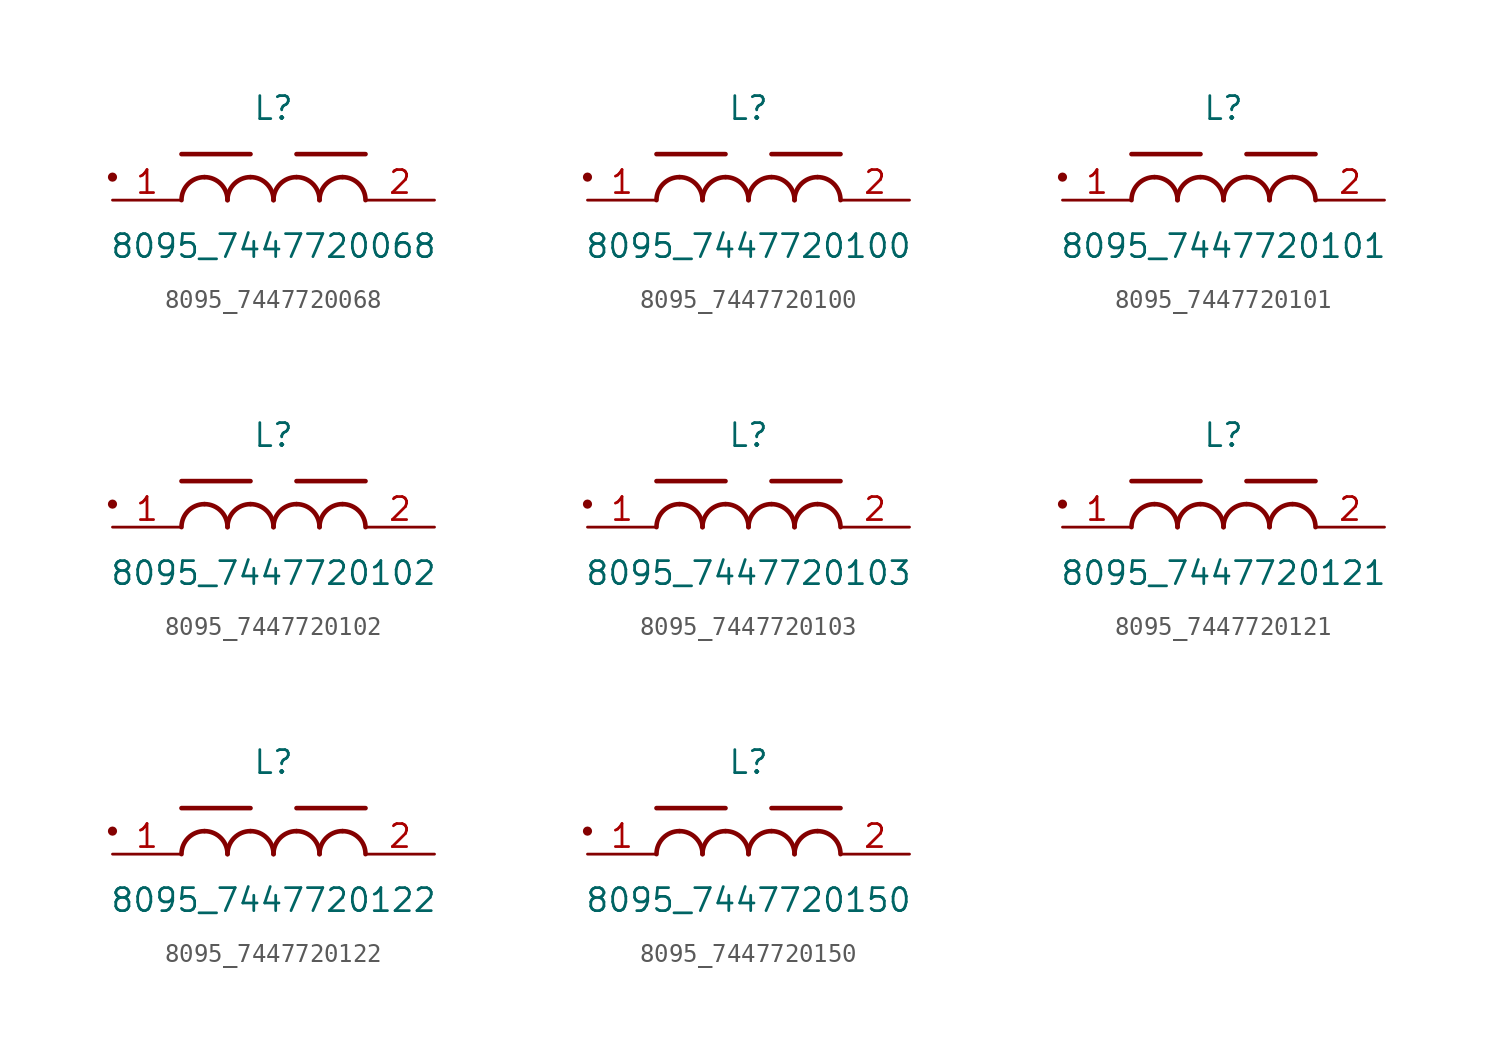
<source format=kicad_sym>
(kicad_symbol_lib
  (version 20211014)
  (generator kicad_symbol_editor)
  (symbol "Inductor_Wurth_WE-TI:8095_7447720068"
    (pin_names hide)
    (property "Reference" "L"
      (at 0 5.08 0)
      (effects (font (size 1.27 1.27))))
    (property "Value" "8095_7447720068"
      (at 0 -2.54 0)
      (effects (font (size 1.27 1.27))))
    (symbol "8095_7447720068_0_1"
      (circle (center -8.89 1.27) (radius 0.0001) (stroke (width 0.254)) (stroke (width 0.254) (type default) (color 0 0 0 0)) (fill (type none)))
      (arc (start -3.81 1.27) (mid -4.708 0.898) (end -5.08 0) (stroke (width 0.254) (type default) (color 0 0 0 0)) (fill (type none)))
      (arc (start -2.54 0) (mid -2.912 0.898) (end -3.81 1.27) (stroke (width 0.254) (type default) (color 0 0 0 0)) (fill (type none)))
      (arc (start -1.2699 1.2701) (mid -2.1679 0.8981) (end -2.5399 0.0001) (stroke (width 0.254) (type default) (color 0 0 0 0)) (fill (type none)))
      (polyline (pts (xy -5.08 2.54) (xy -1.27 2.54)) (stroke (width 0.254) (type default) (color 0 0 0 0)) (fill (type none)))
      (polyline (pts (xy 5.08 2.54) (xy 1.27 2.54)) (stroke (width 0.254) (type default) (color 0 0 0 0)) (fill (type none)))
      (arc (start 0.0001 0.0001) (mid -0.3719 0.8981) (end -1.2699 1.2701) (stroke (width 0.254) (type default) (color 0 0 0 0)) (fill (type none)))
      (arc (start 1.2701 1.2701) (mid 0.3721 0.8981) (end 0.0001 0.0001) (stroke (width 0.254) (type default) (color 0 0 0 0)) (fill (type none)))
      (arc (start 2.5401 0.0001) (mid 2.1681 0.8981) (end 1.2701 1.2701) (stroke (width 0.254) (type default) (color 0 0 0 0)) (fill (type none)))
      (arc (start 3.8101 1.2701) (mid 2.9121 0.8981) (end 2.5401 0.0001) (stroke (width 0.254) (type default) (color 0 0 0 0)) (fill (type none)))
      (arc (start 5.0801 0.0001) (mid 4.7081 0.8981) (end 3.8101 1.2701) (stroke (width 0.254) (type default) (color 0 0 0 0)) (fill (type none))))
    (symbol "8095_7447720068_1_1"
      (pin passive line (at -8.89 0 0) (length 3.81) (name "1" (effects (font (size 1.27 1.27)))) (number "1" (effects (font (size 1.27 1.27)))))
      (pin passive line (at 8.89 0 180) (length 3.81) (name "2" (effects (font (size 1.27 1.27)))) (number "2" (effects (font (size 1.27 1.27)))))))
  (symbol "Inductor_Wurth_WE-TI:8095_7447720100"
    (pin_names hide)
    (property "Reference" "L"
      (at 0 5.08 0)
      (effects (font (size 1.27 1.27))))
    (property "Value" "8095_7447720100"
      (at 0 -2.54 0)
      (effects (font (size 1.27 1.27))))
    (symbol "8095_7447720100_0_1"
      (circle (center -8.89 1.27) (radius 0.0001) (stroke (width 0.254)) (stroke (width 0.254) (type default) (color 0 0 0 0)) (fill (type none)))
      (arc (start -3.81 1.27) (mid -4.708 0.898) (end -5.08 0) (stroke (width 0.254) (type default) (color 0 0 0 0)) (fill (type none)))
      (arc (start -2.54 0) (mid -2.912 0.898) (end -3.81 1.27) (stroke (width 0.254) (type default) (color 0 0 0 0)) (fill (type none)))
      (arc (start -1.2699 1.2701) (mid -2.1679 0.8981) (end -2.5399 0.0001) (stroke (width 0.254) (type default) (color 0 0 0 0)) (fill (type none)))
      (polyline (pts (xy -5.08 2.54) (xy -1.27 2.54)) (stroke (width 0.254) (type default) (color 0 0 0 0)) (fill (type none)))
      (polyline (pts (xy 5.08 2.54) (xy 1.27 2.54)) (stroke (width 0.254) (type default) (color 0 0 0 0)) (fill (type none)))
      (arc (start 0.0001 0.0001) (mid -0.3719 0.8981) (end -1.2699 1.2701) (stroke (width 0.254) (type default) (color 0 0 0 0)) (fill (type none)))
      (arc (start 1.2701 1.2701) (mid 0.3721 0.8981) (end 0.0001 0.0001) (stroke (width 0.254) (type default) (color 0 0 0 0)) (fill (type none)))
      (arc (start 2.5401 0.0001) (mid 2.1681 0.8981) (end 1.2701 1.2701) (stroke (width 0.254) (type default) (color 0 0 0 0)) (fill (type none)))
      (arc (start 3.8101 1.2701) (mid 2.9121 0.8981) (end 2.5401 0.0001) (stroke (width 0.254) (type default) (color 0 0 0 0)) (fill (type none)))
      (arc (start 5.0801 0.0001) (mid 4.7081 0.8981) (end 3.8101 1.2701) (stroke (width 0.254) (type default) (color 0 0 0 0)) (fill (type none))))
    (symbol "8095_7447720100_1_1"
      (pin passive line (at -8.89 0 0) (length 3.81) (name "1" (effects (font (size 1.27 1.27)))) (number "1" (effects (font (size 1.27 1.27)))))
      (pin passive line (at 8.89 0 180) (length 3.81) (name "2" (effects (font (size 1.27 1.27)))) (number "2" (effects (font (size 1.27 1.27)))))))
  (symbol "Inductor_Wurth_WE-TI:8095_7447720101"
    (pin_names hide)
    (property "Reference" "L"
      (at 0 5.08 0)
      (effects (font (size 1.27 1.27))))
    (property "Value" "8095_7447720101"
      (at 0 -2.54 0)
      (effects (font (size 1.27 1.27))))
    (symbol "8095_7447720101_0_1"
      (circle (center -8.89 1.27) (radius 0.0001) (stroke (width 0.254)) (stroke (width 0.254) (type default) (color 0 0 0 0)) (fill (type none)))
      (arc (start -3.81 1.27) (mid -4.708 0.898) (end -5.08 0) (stroke (width 0.254) (type default) (color 0 0 0 0)) (fill (type none)))
      (arc (start -2.54 0) (mid -2.912 0.898) (end -3.81 1.27) (stroke (width 0.254) (type default) (color 0 0 0 0)) (fill (type none)))
      (arc (start -1.2699 1.2701) (mid -2.1679 0.8981) (end -2.5399 0.0001) (stroke (width 0.254) (type default) (color 0 0 0 0)) (fill (type none)))
      (polyline (pts (xy -5.08 2.54) (xy -1.27 2.54)) (stroke (width 0.254) (type default) (color 0 0 0 0)) (fill (type none)))
      (polyline (pts (xy 5.08 2.54) (xy 1.27 2.54)) (stroke (width 0.254) (type default) (color 0 0 0 0)) (fill (type none)))
      (arc (start 0.0001 0.0001) (mid -0.3719 0.8981) (end -1.2699 1.2701) (stroke (width 0.254) (type default) (color 0 0 0 0)) (fill (type none)))
      (arc (start 1.2701 1.2701) (mid 0.3721 0.8981) (end 0.0001 0.0001) (stroke (width 0.254) (type default) (color 0 0 0 0)) (fill (type none)))
      (arc (start 2.5401 0.0001) (mid 2.1681 0.8981) (end 1.2701 1.2701) (stroke (width 0.254) (type default) (color 0 0 0 0)) (fill (type none)))
      (arc (start 3.8101 1.2701) (mid 2.9121 0.8981) (end 2.5401 0.0001) (stroke (width 0.254) (type default) (color 0 0 0 0)) (fill (type none)))
      (arc (start 5.0801 0.0001) (mid 4.7081 0.8981) (end 3.8101 1.2701) (stroke (width 0.254) (type default) (color 0 0 0 0)) (fill (type none))))
    (symbol "8095_7447720101_1_1"
      (pin passive line (at -8.89 0 0) (length 3.81) (name "1" (effects (font (size 1.27 1.27)))) (number "1" (effects (font (size 1.27 1.27)))))
      (pin passive line (at 8.89 0 180) (length 3.81) (name "2" (effects (font (size 1.27 1.27)))) (number "2" (effects (font (size 1.27 1.27)))))))
  (symbol "Inductor_Wurth_WE-TI:8095_7447720102"
    (pin_names hide)
    (property "Reference" "L"
      (at 0 5.08 0)
      (effects (font (size 1.27 1.27))))
    (property "Value" "8095_7447720102"
      (at 0 -2.54 0)
      (effects (font (size 1.27 1.27))))
    (symbol "8095_7447720102_0_1"
      (circle (center -8.89 1.27) (radius 0.0001) (stroke (width 0.254)) (stroke (width 0.254) (type default) (color 0 0 0 0)) (fill (type none)))
      (arc (start -3.81 1.27) (mid -4.708 0.898) (end -5.08 0) (stroke (width 0.254) (type default) (color 0 0 0 0)) (fill (type none)))
      (arc (start -2.54 0) (mid -2.912 0.898) (end -3.81 1.27) (stroke (width 0.254) (type default) (color 0 0 0 0)) (fill (type none)))
      (arc (start -1.2699 1.2701) (mid -2.1679 0.8981) (end -2.5399 0.0001) (stroke (width 0.254) (type default) (color 0 0 0 0)) (fill (type none)))
      (polyline (pts (xy -5.08 2.54) (xy -1.27 2.54)) (stroke (width 0.254) (type default) (color 0 0 0 0)) (fill (type none)))
      (polyline (pts (xy 5.08 2.54) (xy 1.27 2.54)) (stroke (width 0.254) (type default) (color 0 0 0 0)) (fill (type none)))
      (arc (start 0.0001 0.0001) (mid -0.3719 0.8981) (end -1.2699 1.2701) (stroke (width 0.254) (type default) (color 0 0 0 0)) (fill (type none)))
      (arc (start 1.2701 1.2701) (mid 0.3721 0.8981) (end 0.0001 0.0001) (stroke (width 0.254) (type default) (color 0 0 0 0)) (fill (type none)))
      (arc (start 2.5401 0.0001) (mid 2.1681 0.8981) (end 1.2701 1.2701) (stroke (width 0.254) (type default) (color 0 0 0 0)) (fill (type none)))
      (arc (start 3.8101 1.2701) (mid 2.9121 0.8981) (end 2.5401 0.0001) (stroke (width 0.254) (type default) (color 0 0 0 0)) (fill (type none)))
      (arc (start 5.0801 0.0001) (mid 4.7081 0.8981) (end 3.8101 1.2701) (stroke (width 0.254) (type default) (color 0 0 0 0)) (fill (type none))))
    (symbol "8095_7447720102_1_1"
      (pin passive line (at -8.89 0 0) (length 3.81) (name "1" (effects (font (size 1.27 1.27)))) (number "1" (effects (font (size 1.27 1.27)))))
      (pin passive line (at 8.89 0 180) (length 3.81) (name "2" (effects (font (size 1.27 1.27)))) (number "2" (effects (font (size 1.27 1.27)))))))
  (symbol "Inductor_Wurth_WE-TI:8095_7447720103"
    (pin_names hide)
    (property "Reference" "L"
      (at 0 5.08 0)
      (effects (font (size 1.27 1.27))))
    (property "Value" "8095_7447720103"
      (at 0 -2.54 0)
      (effects (font (size 1.27 1.27))))
    (symbol "8095_7447720103_0_1"
      (circle (center -8.89 1.27) (radius 0.0001) (stroke (width 0.254)) (stroke (width 0.254) (type default) (color 0 0 0 0)) (fill (type none)))
      (arc (start -3.81 1.27) (mid -4.708 0.898) (end -5.08 0) (stroke (width 0.254) (type default) (color 0 0 0 0)) (fill (type none)))
      (arc (start -2.54 0) (mid -2.912 0.898) (end -3.81 1.27) (stroke (width 0.254) (type default) (color 0 0 0 0)) (fill (type none)))
      (arc (start -1.2699 1.2701) (mid -2.1679 0.8981) (end -2.5399 0.0001) (stroke (width 0.254) (type default) (color 0 0 0 0)) (fill (type none)))
      (polyline (pts (xy -5.08 2.54) (xy -1.27 2.54)) (stroke (width 0.254) (type default) (color 0 0 0 0)) (fill (type none)))
      (polyline (pts (xy 5.08 2.54) (xy 1.27 2.54)) (stroke (width 0.254) (type default) (color 0 0 0 0)) (fill (type none)))
      (arc (start 0.0001 0.0001) (mid -0.3719 0.8981) (end -1.2699 1.2701) (stroke (width 0.254) (type default) (color 0 0 0 0)) (fill (type none)))
      (arc (start 1.2701 1.2701) (mid 0.3721 0.8981) (end 0.0001 0.0001) (stroke (width 0.254) (type default) (color 0 0 0 0)) (fill (type none)))
      (arc (start 2.5401 0.0001) (mid 2.1681 0.8981) (end 1.2701 1.2701) (stroke (width 0.254) (type default) (color 0 0 0 0)) (fill (type none)))
      (arc (start 3.8101 1.2701) (mid 2.9121 0.8981) (end 2.5401 0.0001) (stroke (width 0.254) (type default) (color 0 0 0 0)) (fill (type none)))
      (arc (start 5.0801 0.0001) (mid 4.7081 0.8981) (end 3.8101 1.2701) (stroke (width 0.254) (type default) (color 0 0 0 0)) (fill (type none))))
    (symbol "8095_7447720103_1_1"
      (pin passive line (at -8.89 0 0) (length 3.81) (name "1" (effects (font (size 1.27 1.27)))) (number "1" (effects (font (size 1.27 1.27)))))
      (pin passive line (at 8.89 0 180) (length 3.81) (name "2" (effects (font (size 1.27 1.27)))) (number "2" (effects (font (size 1.27 1.27)))))))
  (symbol "Inductor_Wurth_WE-TI:8095_7447720121"
    (pin_names hide)
    (property "Reference" "L"
      (at 0 5.08 0)
      (effects (font (size 1.27 1.27))))
    (property "Value" "8095_7447720121"
      (at 0 -2.54 0)
      (effects (font (size 1.27 1.27))))
    (symbol "8095_7447720121_0_1"
      (circle (center -8.89 1.27) (radius 0.0001) (stroke (width 0.254)) (stroke (width 0.254) (type default) (color 0 0 0 0)) (fill (type none)))
      (arc (start -3.81 1.27) (mid -4.708 0.898) (end -5.08 0) (stroke (width 0.254) (type default) (color 0 0 0 0)) (fill (type none)))
      (arc (start -2.54 0) (mid -2.912 0.898) (end -3.81 1.27) (stroke (width 0.254) (type default) (color 0 0 0 0)) (fill (type none)))
      (arc (start -1.2699 1.2701) (mid -2.1679 0.8981) (end -2.5399 0.0001) (stroke (width 0.254) (type default) (color 0 0 0 0)) (fill (type none)))
      (polyline (pts (xy -5.08 2.54) (xy -1.27 2.54)) (stroke (width 0.254) (type default) (color 0 0 0 0)) (fill (type none)))
      (polyline (pts (xy 5.08 2.54) (xy 1.27 2.54)) (stroke (width 0.254) (type default) (color 0 0 0 0)) (fill (type none)))
      (arc (start 0.0001 0.0001) (mid -0.3719 0.8981) (end -1.2699 1.2701) (stroke (width 0.254) (type default) (color 0 0 0 0)) (fill (type none)))
      (arc (start 1.2701 1.2701) (mid 0.3721 0.8981) (end 0.0001 0.0001) (stroke (width 0.254) (type default) (color 0 0 0 0)) (fill (type none)))
      (arc (start 2.5401 0.0001) (mid 2.1681 0.8981) (end 1.2701 1.2701) (stroke (width 0.254) (type default) (color 0 0 0 0)) (fill (type none)))
      (arc (start 3.8101 1.2701) (mid 2.9121 0.8981) (end 2.5401 0.0001) (stroke (width 0.254) (type default) (color 0 0 0 0)) (fill (type none)))
      (arc (start 5.0801 0.0001) (mid 4.7081 0.8981) (end 3.8101 1.2701) (stroke (width 0.254) (type default) (color 0 0 0 0)) (fill (type none))))
    (symbol "8095_7447720121_1_1"
      (pin passive line (at -8.89 0 0) (length 3.81) (name "1" (effects (font (size 1.27 1.27)))) (number "1" (effects (font (size 1.27 1.27)))))
      (pin passive line (at 8.89 0 180) (length 3.81) (name "2" (effects (font (size 1.27 1.27)))) (number "2" (effects (font (size 1.27 1.27)))))))
  (symbol "Inductor_Wurth_WE-TI:8095_7447720122"
    (pin_names hide)
    (property "Reference" "L"
      (at 0 5.08 0)
      (effects (font (size 1.27 1.27))))
    (property "Value" "8095_7447720122"
      (at 0 -2.54 0)
      (effects (font (size 1.27 1.27))))
    (symbol "8095_7447720122_0_1"
      (circle (center -8.89 1.27) (radius 0.0001) (stroke (width 0.254)) (stroke (width 0.254) (type default) (color 0 0 0 0)) (fill (type none)))
      (arc (start -3.81 1.27) (mid -4.708 0.898) (end -5.08 0) (stroke (width 0.254) (type default) (color 0 0 0 0)) (fill (type none)))
      (arc (start -2.54 0) (mid -2.912 0.898) (end -3.81 1.27) (stroke (width 0.254) (type default) (color 0 0 0 0)) (fill (type none)))
      (arc (start -1.2699 1.2701) (mid -2.1679 0.8981) (end -2.5399 0.0001) (stroke (width 0.254) (type default) (color 0 0 0 0)) (fill (type none)))
      (polyline (pts (xy -5.08 2.54) (xy -1.27 2.54)) (stroke (width 0.254) (type default) (color 0 0 0 0)) (fill (type none)))
      (polyline (pts (xy 5.08 2.54) (xy 1.27 2.54)) (stroke (width 0.254) (type default) (color 0 0 0 0)) (fill (type none)))
      (arc (start 0.0001 0.0001) (mid -0.3719 0.8981) (end -1.2699 1.2701) (stroke (width 0.254) (type default) (color 0 0 0 0)) (fill (type none)))
      (arc (start 1.2701 1.2701) (mid 0.3721 0.8981) (end 0.0001 0.0001) (stroke (width 0.254) (type default) (color 0 0 0 0)) (fill (type none)))
      (arc (start 2.5401 0.0001) (mid 2.1681 0.8981) (end 1.2701 1.2701) (stroke (width 0.254) (type default) (color 0 0 0 0)) (fill (type none)))
      (arc (start 3.8101 1.2701) (mid 2.9121 0.8981) (end 2.5401 0.0001) (stroke (width 0.254) (type default) (color 0 0 0 0)) (fill (type none)))
      (arc (start 5.0801 0.0001) (mid 4.7081 0.8981) (end 3.8101 1.2701) (stroke (width 0.254) (type default) (color 0 0 0 0)) (fill (type none))))
    (symbol "8095_7447720122_1_1"
      (pin passive line (at -8.89 0 0) (length 3.81) (name "1" (effects (font (size 1.27 1.27)))) (number "1" (effects (font (size 1.27 1.27)))))
      (pin passive line (at 8.89 0 180) (length 3.81) (name "2" (effects (font (size 1.27 1.27)))) (number "2" (effects (font (size 1.27 1.27)))))))
  (symbol "Inductor_Wurth_WE-TI:8095_7447720150"
    (pin_names hide)
    (property "Reference" "L"
      (at 0 5.08 0)
      (effects (font (size 1.27 1.27))))
    (property "Value" "8095_7447720150"
      (at 0 -2.54 0)
      (effects (font (size 1.27 1.27))))
    (symbol "8095_7447720150_0_1"
      (circle (center -8.89 1.27) (radius 0.0001) (stroke (width 0.254)) (stroke (width 0.254) (type default) (color 0 0 0 0)) (fill (type none)))
      (arc (start -3.81 1.27) (mid -4.708 0.898) (end -5.08 0) (stroke (width 0.254) (type default) (color 0 0 0 0)) (fill (type none)))
      (arc (start -2.54 0) (mid -2.912 0.898) (end -3.81 1.27) (stroke (width 0.254) (type default) (color 0 0 0 0)) (fill (type none)))
      (arc (start -1.2699 1.2701) (mid -2.1679 0.8981) (end -2.5399 0.0001) (stroke (width 0.254) (type default) (color 0 0 0 0)) (fill (type none)))
      (polyline (pts (xy -5.08 2.54) (xy -1.27 2.54)) (stroke (width 0.254) (type default) (color 0 0 0 0)) (fill (type none)))
      (polyline (pts (xy 5.08 2.54) (xy 1.27 2.54)) (stroke (width 0.254) (type default) (color 0 0 0 0)) (fill (type none)))
      (arc (start 0.0001 0.0001) (mid -0.3719 0.8981) (end -1.2699 1.2701) (stroke (width 0.254) (type default) (color 0 0 0 0)) (fill (type none)))
      (arc (start 1.2701 1.2701) (mid 0.3721 0.8981) (end 0.0001 0.0001) (stroke (width 0.254) (type default) (color 0 0 0 0)) (fill (type none)))
      (arc (start 2.5401 0.0001) (mid 2.1681 0.8981) (end 1.2701 1.2701) (stroke (width 0.254) (type default) (color 0 0 0 0)) (fill (type none)))
      (arc (start 3.8101 1.2701) (mid 2.9121 0.8981) (end 2.5401 0.0001) (stroke (width 0.254) (type default) (color 0 0 0 0)) (fill (type none)))
      (arc (start 5.0801 0.0001) (mid 4.7081 0.8981) (end 3.8101 1.2701) (stroke (width 0.254) (type default) (color 0 0 0 0)) (fill (type none))))
    (symbol "8095_7447720150_1_1"
      (pin passive line (at -8.89 0 0) (length 3.81) (name "1" (effects (font (size 1.27 1.27)))) (number "1" (effects (font (size 1.27 1.27)))))
      (pin passive line (at 8.89 0 180) (length 3.81) (name "2" (effects (font (size 1.27 1.27)))) (number "2" (effects (font (size 1.27 1.27))))))))
</source>
